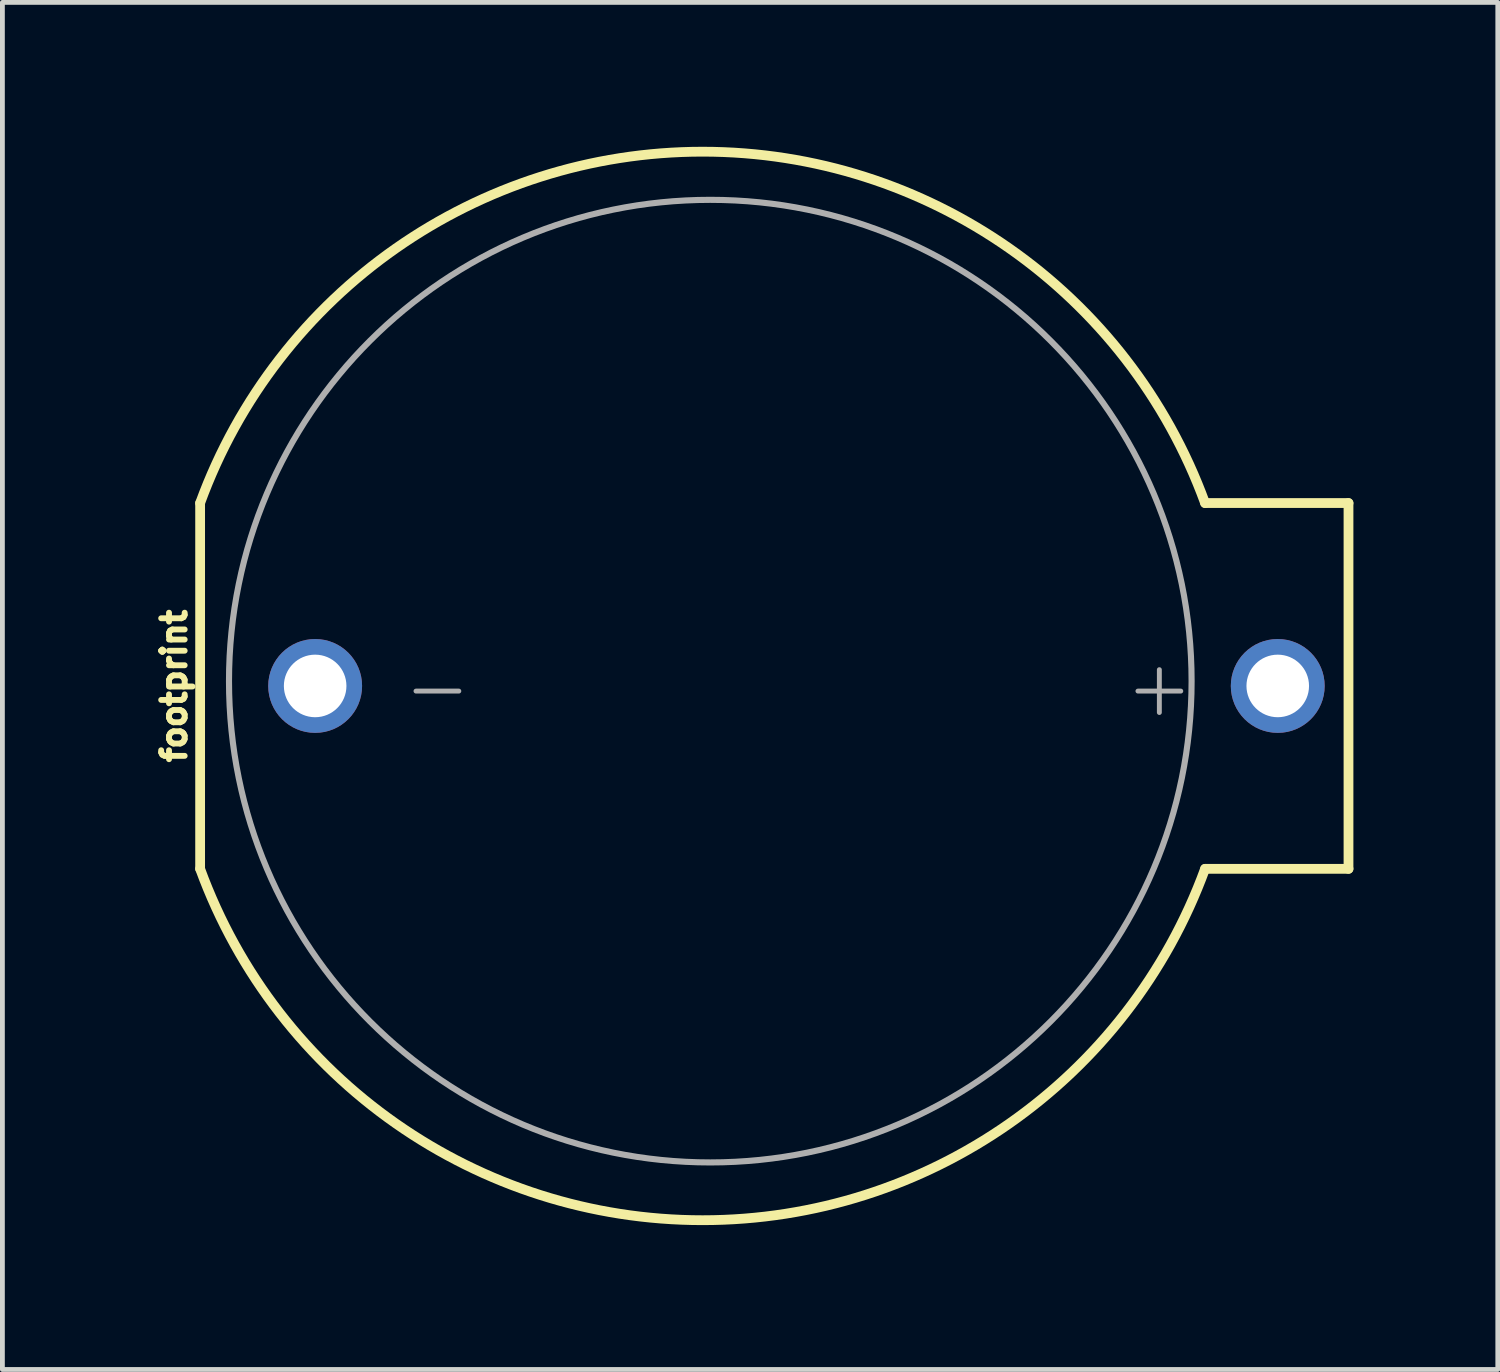
<source format=kicad_pcb>
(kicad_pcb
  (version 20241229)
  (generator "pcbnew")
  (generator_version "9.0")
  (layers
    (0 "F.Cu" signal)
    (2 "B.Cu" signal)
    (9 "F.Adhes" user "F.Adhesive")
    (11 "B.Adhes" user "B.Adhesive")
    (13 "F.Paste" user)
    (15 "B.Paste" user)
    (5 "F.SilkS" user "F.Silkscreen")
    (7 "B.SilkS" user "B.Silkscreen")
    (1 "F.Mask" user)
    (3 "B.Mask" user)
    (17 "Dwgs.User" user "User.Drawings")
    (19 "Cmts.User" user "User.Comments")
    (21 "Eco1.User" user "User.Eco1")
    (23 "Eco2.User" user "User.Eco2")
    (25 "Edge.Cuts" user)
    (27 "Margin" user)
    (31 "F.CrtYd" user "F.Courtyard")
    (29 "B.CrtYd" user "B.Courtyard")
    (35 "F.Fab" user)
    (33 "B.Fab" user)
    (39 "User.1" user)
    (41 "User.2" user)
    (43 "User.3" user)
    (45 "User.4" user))
  (footprint "footprint"
    (layer "F.Cu")
    (at 11.648 11.202)
    (property "Reference" "footprint" (at -10.795 0 90) (layer "F.SilkS") (effects (font (size 0.488 0.488) (thickness 0.122)) (justify bottom)))
    (fp_line (start -10.54 -3.8) (end -10.54 3.8) (stroke (width 0.203) (type solid)) (layer "F.SilkS"))
    (fp_line (start 10.34 -3.8) (end 13.32 -3.8) (stroke (width 0.203) (type solid)) (layer "F.SilkS"))
    (fp_line (start 13.32 -3.8) (end 13.32 3.8) (stroke (width 0.203) (type solid)) (layer "F.SilkS"))
    (fp_line (start 13.32 3.8) (end 10.34 3.8) (stroke (width 0.203) (type solid)) (layer "F.SilkS"))
    (fp_arc (start -10.54 -3.8) (mid -0.1 -11.100449) (end 10.34 -3.8) (stroke (width 0.2032) (type solid)) (layer "F.SilkS"))
    (fp_arc (start 10.34 3.8) (mid -0.1 11.100449) (end -10.54 3.8) (stroke (width 0.2032) (type solid)) (layer "F.SilkS"))
    (fp_circle (center 0.06 -0.1) (end 10.06 -0.1) (stroke (width 0.127) (type solid)) (fill no) (layer "F.Fab"))
    (fp_text user "+" (at 8.6 0.7 0) (layer "F.Fab") (effects (font (size 1.168 1.168) (thickness 0.102)) (justify left bottom)))
    (fp_text user "-" (at -6.4 0.7 0) (layer "F.Fab") (effects (font (size 1.168 1.168) (thickness 0.102)) (justify left bottom)))
    (pad "1" thru_hole circle (at 11.85 0 90) (size 1.95 1.95) (drill 1.3) (layers "*.Cu" "*.Mask"))
    (pad "2" thru_hole circle (at -8.15 0 90) (size 1.95 1.95) (drill 1.3) (layers "*.Cu" "*.Mask")))
  (gr_rect
    (start -3 -3)
    (end 28.07 25.404)
    (stroke (width 0.1) (type default))
    (fill no)
    (layer "Edge.Cuts")))
</source>
